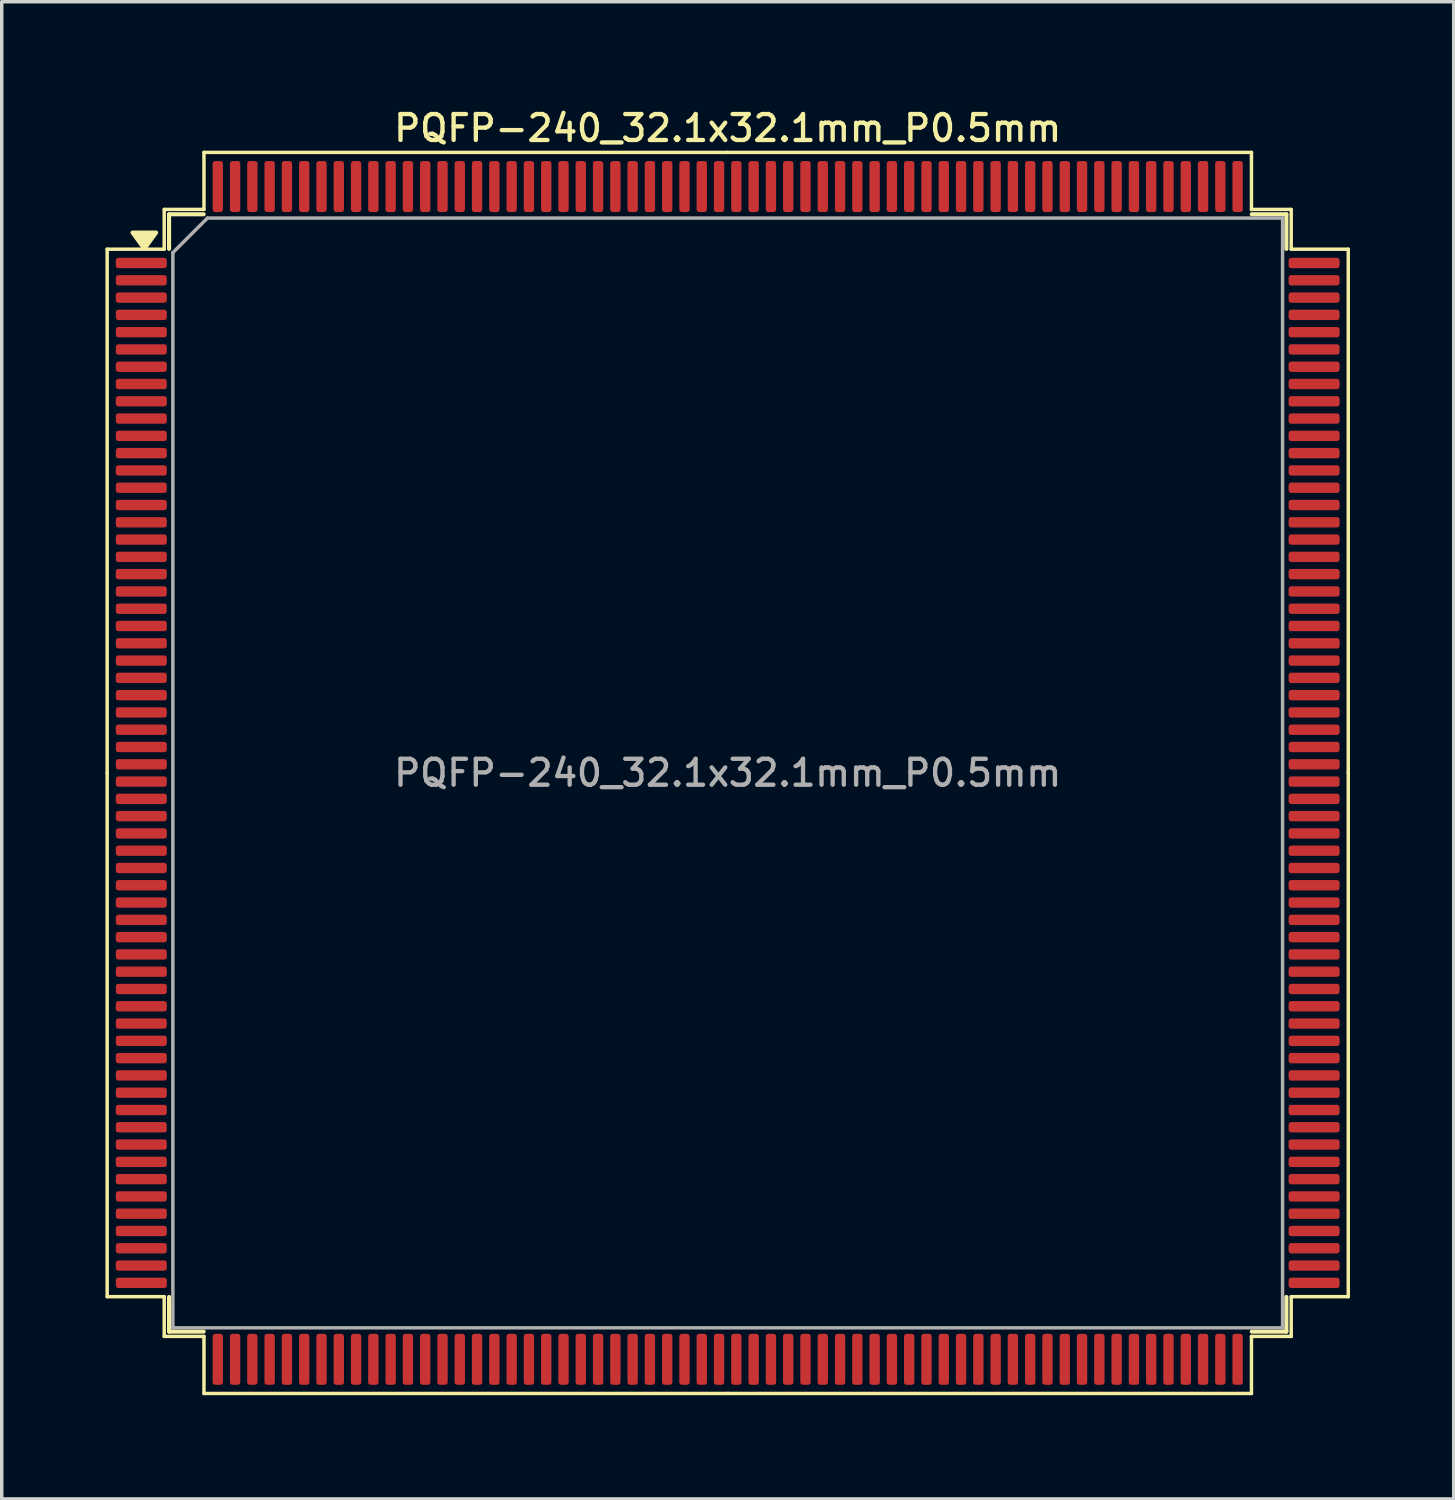
<source format=kicad_pcb>
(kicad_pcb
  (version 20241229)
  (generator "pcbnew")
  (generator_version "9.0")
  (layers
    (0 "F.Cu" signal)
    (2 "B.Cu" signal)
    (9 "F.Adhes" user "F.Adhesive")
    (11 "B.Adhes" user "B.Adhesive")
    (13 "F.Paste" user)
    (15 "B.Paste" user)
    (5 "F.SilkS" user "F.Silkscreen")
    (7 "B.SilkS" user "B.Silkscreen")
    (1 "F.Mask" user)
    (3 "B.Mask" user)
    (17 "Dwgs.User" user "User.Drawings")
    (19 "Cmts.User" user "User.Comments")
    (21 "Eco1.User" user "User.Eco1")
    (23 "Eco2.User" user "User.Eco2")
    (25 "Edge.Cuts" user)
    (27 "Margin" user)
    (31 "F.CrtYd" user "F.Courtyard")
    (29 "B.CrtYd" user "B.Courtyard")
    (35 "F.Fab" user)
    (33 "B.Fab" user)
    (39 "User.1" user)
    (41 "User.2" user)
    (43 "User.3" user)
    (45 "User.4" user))
  (footprint "PQFP-240_32.1x32.1mm_P0.5mm"
    (layer "F.Cu")
    (at 18 19.308)
    (property "Reference" "PQFP-240_32.1x32.1mm_P0.5mm" (at 0 -18.65 0) (layer "F.SilkS") (effects (font (size 0.75 0.75) (thickness 0.125))))
    (attr smd)
    (fp_line (start -17.95 -15.15) (end -17.95 0) (stroke (width 0.1) (type solid)) (layer "F.SilkS"))
    (fp_line (start -17.95 15.15) (end -17.95 0) (stroke (width 0.1) (type solid)) (layer "F.SilkS"))
    (fp_line (start -16.3 -16.3) (end -16.3 -15.15) (stroke (width 0.1) (type solid)) (layer "F.SilkS"))
    (fp_line (start -16.3 -15.15) (end -17.95 -15.15) (stroke (width 0.1) (type solid)) (layer "F.SilkS"))
    (fp_line (start -16.3 15.15) (end -17.95 15.15) (stroke (width 0.1) (type solid)) (layer "F.SilkS"))
    (fp_line (start -16.3 16.3) (end -16.3 15.15) (stroke (width 0.1) (type solid)) (layer "F.SilkS"))
    (fp_line (start -16.16 -16.16) (end -16.16 -15.16) (stroke (width 0.12) (type solid)) (layer "F.SilkS"))
    (fp_line (start -16.16 16.16) (end -16.16 15.16) (stroke (width 0.12) (type solid)) (layer "F.SilkS"))
    (fp_line (start -15.16 -16.16) (end -16.16 -16.16) (stroke (width 0.12) (type solid)) (layer "F.SilkS"))
    (fp_line (start -15.16 16.16) (end -16.16 16.16) (stroke (width 0.12) (type solid)) (layer "F.SilkS"))
    (fp_line (start -15.15 -17.95) (end -15.15 -16.3) (stroke (width 0.1) (type solid)) (layer "F.SilkS"))
    (fp_line (start -15.15 -16.3) (end -16.3 -16.3) (stroke (width 0.1) (type solid)) (layer "F.SilkS"))
    (fp_line (start -15.15 16.3) (end -16.3 16.3) (stroke (width 0.1) (type solid)) (layer "F.SilkS"))
    (fp_line (start -15.15 17.95) (end -15.15 16.3) (stroke (width 0.1) (type solid)) (layer "F.SilkS"))
    (fp_line (start 0 -17.95) (end -15.15 -17.95) (stroke (width 0.1) (type solid)) (layer "F.SilkS"))
    (fp_line (start 0 -17.95) (end 15.15 -17.95) (stroke (width 0.1) (type solid)) (layer "F.SilkS"))
    (fp_line (start 0 17.95) (end -15.15 17.95) (stroke (width 0.1) (type solid)) (layer "F.SilkS"))
    (fp_line (start 0 17.95) (end 15.15 17.95) (stroke (width 0.1) (type solid)) (layer "F.SilkS"))
    (fp_line (start 15.15 -17.95) (end 15.15 -16.3) (stroke (width 0.1) (type solid)) (layer "F.SilkS"))
    (fp_line (start 15.15 -16.3) (end 16.3 -16.3) (stroke (width 0.1) (type solid)) (layer "F.SilkS"))
    (fp_line (start 15.15 16.3) (end 16.3 16.3) (stroke (width 0.1) (type solid)) (layer "F.SilkS"))
    (fp_line (start 15.15 17.95) (end 15.15 16.3) (stroke (width 0.1) (type solid)) (layer "F.SilkS"))
    (fp_line (start 15.16 -16.16) (end 16.16 -16.16) (stroke (width 0.12) (type solid)) (layer "F.SilkS"))
    (fp_line (start 15.16 16.16) (end 16.16 16.16) (stroke (width 0.12) (type solid)) (layer "F.SilkS"))
    (fp_line (start 16.16 -16.16) (end 16.16 -15.16) (stroke (width 0.12) (type solid)) (layer "F.SilkS"))
    (fp_line (start 16.16 16.16) (end 16.16 15.16) (stroke (width 0.12) (type solid)) (layer "F.SilkS"))
    (fp_line (start 16.3 -16.3) (end 16.3 -15.15) (stroke (width 0.1) (type solid)) (layer "F.SilkS"))
    (fp_line (start 16.3 -15.15) (end 17.95 -15.15) (stroke (width 0.1) (type solid)) (layer "F.SilkS"))
    (fp_line (start 16.3 15.15) (end 17.95 15.15) (stroke (width 0.1) (type solid)) (layer "F.SilkS"))
    (fp_line (start 16.3 16.3) (end 16.3 15.15) (stroke (width 0.1) (type solid)) (layer "F.SilkS"))
    (fp_line (start 17.95 -15.15) (end 17.95 0) (stroke (width 0.1) (type solid)) (layer "F.SilkS"))
    (fp_line (start 17.95 15.15) (end 17.95 0) (stroke (width 0.1) (type solid)) (layer "F.SilkS"))
    (fp_poly (pts (xy -16.875 -15.16) (xy -17.215 -15.63) (xy -16.535 -15.63) (xy -16.875 -15.16)) (stroke (width 0.12) (type solid)) (fill yes) (layer "F.SilkS"))
    (fp_line (start -16.05 -15.05) (end -15.05 -16.05) (stroke (width 0.1) (type solid)) (layer "F.Fab"))
    (fp_line (start -16.05 16.05) (end -16.05 -15.05) (stroke (width 0.1) (type solid)) (layer "F.Fab"))
    (fp_line (start -15.05 -16.05) (end 16.05 -16.05) (stroke (width 0.1) (type solid)) (layer "F.Fab"))
    (fp_line (start 16.05 -16.05) (end 16.05 16.05) (stroke (width 0.1) (type solid)) (layer "F.Fab"))
    (fp_line (start 16.05 16.05) (end -16.05 16.05) (stroke (width 0.1) (type solid)) (layer "F.Fab"))
    (fp_text user "${REFERENCE}" (at 0 0 0) (layer "F.Fab") (effects (font (size 0.75 0.75) (thickness 0.125))))
    (pad "1" smd roundrect (at -16.962 -14.75) (size 1.475 0.3) (layers "F.Cu" "F.Mask" "F.Paste") (roundrect_rratio 0.25))
    (pad "2" smd roundrect (at -16.962 -14.25) (size 1.475 0.3) (layers "F.Cu" "F.Mask" "F.Paste") (roundrect_rratio 0.25))
    (pad "3" smd roundrect (at -16.962 -13.75) (size 1.475 0.3) (layers "F.Cu" "F.Mask" "F.Paste") (roundrect_rratio 0.25))
    (pad "4" smd roundrect (at -16.962 -13.25) (size 1.475 0.3) (layers "F.Cu" "F.Mask" "F.Paste") (roundrect_rratio 0.25))
    (pad "5" smd roundrect (at -16.962 -12.75) (size 1.475 0.3) (layers "F.Cu" "F.Mask" "F.Paste") (roundrect_rratio 0.25))
    (pad "6" smd roundrect (at -16.962 -12.25) (size 1.475 0.3) (layers "F.Cu" "F.Mask" "F.Paste") (roundrect_rratio 0.25))
    (pad "7" smd roundrect (at -16.962 -11.75) (size 1.475 0.3) (layers "F.Cu" "F.Mask" "F.Paste") (roundrect_rratio 0.25))
    (pad "8" smd roundrect (at -16.962 -11.25) (size 1.475 0.3) (layers "F.Cu" "F.Mask" "F.Paste") (roundrect_rratio 0.25))
    (pad "9" smd roundrect (at -16.962 -10.75) (size 1.475 0.3) (layers "F.Cu" "F.Mask" "F.Paste") (roundrect_rratio 0.25))
    (pad "10" smd roundrect (at -16.962 -10.25) (size 1.475 0.3) (layers "F.Cu" "F.Mask" "F.Paste") (roundrect_rratio 0.25))
    (pad "11" smd roundrect (at -16.962 -9.75) (size 1.475 0.3) (layers "F.Cu" "F.Mask" "F.Paste") (roundrect_rratio 0.25))
    (pad "12" smd roundrect (at -16.962 -9.25) (size 1.475 0.3) (layers "F.Cu" "F.Mask" "F.Paste") (roundrect_rratio 0.25))
    (pad "13" smd roundrect (at -16.962 -8.75) (size 1.475 0.3) (layers "F.Cu" "F.Mask" "F.Paste") (roundrect_rratio 0.25))
    (pad "14" smd roundrect (at -16.962 -8.25) (size 1.475 0.3) (layers "F.Cu" "F.Mask" "F.Paste") (roundrect_rratio 0.25))
    (pad "15" smd roundrect (at -16.962 -7.75) (size 1.475 0.3) (layers "F.Cu" "F.Mask" "F.Paste") (roundrect_rratio 0.25))
    (pad "16" smd roundrect (at -16.962 -7.25) (size 1.475 0.3) (layers "F.Cu" "F.Mask" "F.Paste") (roundrect_rratio 0.25))
    (pad "17" smd roundrect (at -16.962 -6.75) (size 1.475 0.3) (layers "F.Cu" "F.Mask" "F.Paste") (roundrect_rratio 0.25))
    (pad "18" smd roundrect (at -16.962 -6.25) (size 1.475 0.3) (layers "F.Cu" "F.Mask" "F.Paste") (roundrect_rratio 0.25))
    (pad "19" smd roundrect (at -16.962 -5.75) (size 1.475 0.3) (layers "F.Cu" "F.Mask" "F.Paste") (roundrect_rratio 0.25))
    (pad "20" smd roundrect (at -16.962 -5.25) (size 1.475 0.3) (layers "F.Cu" "F.Mask" "F.Paste") (roundrect_rratio 0.25))
    (pad "21" smd roundrect (at -16.962 -4.75) (size 1.475 0.3) (layers "F.Cu" "F.Mask" "F.Paste") (roundrect_rratio 0.25))
    (pad "22" smd roundrect (at -16.962 -4.25) (size 1.475 0.3) (layers "F.Cu" "F.Mask" "F.Paste") (roundrect_rratio 0.25))
    (pad "23" smd roundrect (at -16.962 -3.75) (size 1.475 0.3) (layers "F.Cu" "F.Mask" "F.Paste") (roundrect_rratio 0.25))
    (pad "24" smd roundrect (at -16.962 -3.25) (size 1.475 0.3) (layers "F.Cu" "F.Mask" "F.Paste") (roundrect_rratio 0.25))
    (pad "25" smd roundrect (at -16.962 -2.75) (size 1.475 0.3) (layers "F.Cu" "F.Mask" "F.Paste") (roundrect_rratio 0.25))
    (pad "26" smd roundrect (at -16.962 -2.25) (size 1.475 0.3) (layers "F.Cu" "F.Mask" "F.Paste") (roundrect_rratio 0.25))
    (pad "27" smd roundrect (at -16.962 -1.75) (size 1.475 0.3) (layers "F.Cu" "F.Mask" "F.Paste") (roundrect_rratio 0.25))
    (pad "28" smd roundrect (at -16.962 -1.25) (size 1.475 0.3) (layers "F.Cu" "F.Mask" "F.Paste") (roundrect_rratio 0.25))
    (pad "29" smd roundrect (at -16.962 -0.75) (size 1.475 0.3) (layers "F.Cu" "F.Mask" "F.Paste") (roundrect_rratio 0.25))
    (pad "30" smd roundrect (at -16.962 -0.25) (size 1.475 0.3) (layers "F.Cu" "F.Mask" "F.Paste") (roundrect_rratio 0.25))
    (pad "31" smd roundrect (at -16.962 0.25) (size 1.475 0.3) (layers "F.Cu" "F.Mask" "F.Paste") (roundrect_rratio 0.25))
    (pad "32" smd roundrect (at -16.962 0.75) (size 1.475 0.3) (layers "F.Cu" "F.Mask" "F.Paste") (roundrect_rratio 0.25))
    (pad "33" smd roundrect (at -16.962 1.25) (size 1.475 0.3) (layers "F.Cu" "F.Mask" "F.Paste") (roundrect_rratio 0.25))
    (pad "34" smd roundrect (at -16.962 1.75) (size 1.475 0.3) (layers "F.Cu" "F.Mask" "F.Paste") (roundrect_rratio 0.25))
    (pad "35" smd roundrect (at -16.962 2.25) (size 1.475 0.3) (layers "F.Cu" "F.Mask" "F.Paste") (roundrect_rratio 0.25))
    (pad "36" smd roundrect (at -16.962 2.75) (size 1.475 0.3) (layers "F.Cu" "F.Mask" "F.Paste") (roundrect_rratio 0.25))
    (pad "37" smd roundrect (at -16.962 3.25) (size 1.475 0.3) (layers "F.Cu" "F.Mask" "F.Paste") (roundrect_rratio 0.25))
    (pad "38" smd roundrect (at -16.962 3.75) (size 1.475 0.3) (layers "F.Cu" "F.Mask" "F.Paste") (roundrect_rratio 0.25))
    (pad "39" smd roundrect (at -16.962 4.25) (size 1.475 0.3) (layers "F.Cu" "F.Mask" "F.Paste") (roundrect_rratio 0.25))
    (pad "40" smd roundrect (at -16.962 4.75) (size 1.475 0.3) (layers "F.Cu" "F.Mask" "F.Paste") (roundrect_rratio 0.25))
    (pad "41" smd roundrect (at -16.962 5.25) (size 1.475 0.3) (layers "F.Cu" "F.Mask" "F.Paste") (roundrect_rratio 0.25))
    (pad "42" smd roundrect (at -16.962 5.75) (size 1.475 0.3) (layers "F.Cu" "F.Mask" "F.Paste") (roundrect_rratio 0.25))
    (pad "43" smd roundrect (at -16.962 6.25) (size 1.475 0.3) (layers "F.Cu" "F.Mask" "F.Paste") (roundrect_rratio 0.25))
    (pad "44" smd roundrect (at -16.962 6.75) (size 1.475 0.3) (layers "F.Cu" "F.Mask" "F.Paste") (roundrect_rratio 0.25))
    (pad "45" smd roundrect (at -16.962 7.25) (size 1.475 0.3) (layers "F.Cu" "F.Mask" "F.Paste") (roundrect_rratio 0.25))
    (pad "46" smd roundrect (at -16.962 7.75) (size 1.475 0.3) (layers "F.Cu" "F.Mask" "F.Paste") (roundrect_rratio 0.25))
    (pad "47" smd roundrect (at -16.962 8.25) (size 1.475 0.3) (layers "F.Cu" "F.Mask" "F.Paste") (roundrect_rratio 0.25))
    (pad "48" smd roundrect (at -16.962 8.75) (size 1.475 0.3) (layers "F.Cu" "F.Mask" "F.Paste") (roundrect_rratio 0.25))
    (pad "49" smd roundrect (at -16.962 9.25) (size 1.475 0.3) (layers "F.Cu" "F.Mask" "F.Paste") (roundrect_rratio 0.25))
    (pad "50" smd roundrect (at -16.962 9.75) (size 1.475 0.3) (layers "F.Cu" "F.Mask" "F.Paste") (roundrect_rratio 0.25))
    (pad "51" smd roundrect (at -16.962 10.25) (size 1.475 0.3) (layers "F.Cu" "F.Mask" "F.Paste") (roundrect_rratio 0.25))
    (pad "52" smd roundrect (at -16.962 10.75) (size 1.475 0.3) (layers "F.Cu" "F.Mask" "F.Paste") (roundrect_rratio 0.25))
    (pad "53" smd roundrect (at -16.962 11.25) (size 1.475 0.3) (layers "F.Cu" "F.Mask" "F.Paste") (roundrect_rratio 0.25))
    (pad "54" smd roundrect (at -16.962 11.75) (size 1.475 0.3) (layers "F.Cu" "F.Mask" "F.Paste") (roundrect_rratio 0.25))
    (pad "55" smd roundrect (at -16.962 12.25) (size 1.475 0.3) (layers "F.Cu" "F.Mask" "F.Paste") (roundrect_rratio 0.25))
    (pad "56" smd roundrect (at -16.962 12.75) (size 1.475 0.3) (layers "F.Cu" "F.Mask" "F.Paste") (roundrect_rratio 0.25))
    (pad "57" smd roundrect (at -16.962 13.25) (size 1.475 0.3) (layers "F.Cu" "F.Mask" "F.Paste") (roundrect_rratio 0.25))
    (pad "58" smd roundrect (at -16.962 13.75) (size 1.475 0.3) (layers "F.Cu" "F.Mask" "F.Paste") (roundrect_rratio 0.25))
    (pad "59" smd roundrect (at -16.962 14.25) (size 1.475 0.3) (layers "F.Cu" "F.Mask" "F.Paste") (roundrect_rratio 0.25))
    (pad "60" smd roundrect (at -16.962 14.75) (size 1.475 0.3) (layers "F.Cu" "F.Mask" "F.Paste") (roundrect_rratio 0.25))
    (pad "61" smd roundrect (at -14.75 16.962) (size 0.3 1.475) (layers "F.Cu" "F.Mask" "F.Paste") (roundrect_rratio 0.25))
    (pad "62" smd roundrect (at -14.25 16.962) (size 0.3 1.475) (layers "F.Cu" "F.Mask" "F.Paste") (roundrect_rratio 0.25))
    (pad "63" smd roundrect (at -13.75 16.962) (size 0.3 1.475) (layers "F.Cu" "F.Mask" "F.Paste") (roundrect_rratio 0.25))
    (pad "64" smd roundrect (at -13.25 16.962) (size 0.3 1.475) (layers "F.Cu" "F.Mask" "F.Paste") (roundrect_rratio 0.25))
    (pad "65" smd roundrect (at -12.75 16.962) (size 0.3 1.475) (layers "F.Cu" "F.Mask" "F.Paste") (roundrect_rratio 0.25))
    (pad "66" smd roundrect (at -12.25 16.962) (size 0.3 1.475) (layers "F.Cu" "F.Mask" "F.Paste") (roundrect_rratio 0.25))
    (pad "67" smd roundrect (at -11.75 16.962) (size 0.3 1.475) (layers "F.Cu" "F.Mask" "F.Paste") (roundrect_rratio 0.25))
    (pad "68" smd roundrect (at -11.25 16.962) (size 0.3 1.475) (layers "F.Cu" "F.Mask" "F.Paste") (roundrect_rratio 0.25))
    (pad "69" smd roundrect (at -10.75 16.962) (size 0.3 1.475) (layers "F.Cu" "F.Mask" "F.Paste") (roundrect_rratio 0.25))
    (pad "70" smd roundrect (at -10.25 16.962) (size 0.3 1.475) (layers "F.Cu" "F.Mask" "F.Paste") (roundrect_rratio 0.25))
    (pad "71" smd roundrect (at -9.75 16.962) (size 0.3 1.475) (layers "F.Cu" "F.Mask" "F.Paste") (roundrect_rratio 0.25))
    (pad "72" smd roundrect (at -9.25 16.962) (size 0.3 1.475) (layers "F.Cu" "F.Mask" "F.Paste") (roundrect_rratio 0.25))
    (pad "73" smd roundrect (at -8.75 16.962) (size 0.3 1.475) (layers "F.Cu" "F.Mask" "F.Paste") (roundrect_rratio 0.25))
    (pad "74" smd roundrect (at -8.25 16.962) (size 0.3 1.475) (layers "F.Cu" "F.Mask" "F.Paste") (roundrect_rratio 0.25))
    (pad "75" smd roundrect (at -7.75 16.962) (size 0.3 1.475) (layers "F.Cu" "F.Mask" "F.Paste") (roundrect_rratio 0.25))
    (pad "76" smd roundrect (at -7.25 16.962) (size 0.3 1.475) (layers "F.Cu" "F.Mask" "F.Paste") (roundrect_rratio 0.25))
    (pad "77" smd roundrect (at -6.75 16.962) (size 0.3 1.475) (layers "F.Cu" "F.Mask" "F.Paste") (roundrect_rratio 0.25))
    (pad "78" smd roundrect (at -6.25 16.962) (size 0.3 1.475) (layers "F.Cu" "F.Mask" "F.Paste") (roundrect_rratio 0.25))
    (pad "79" smd roundrect (at -5.75 16.962) (size 0.3 1.475) (layers "F.Cu" "F.Mask" "F.Paste") (roundrect_rratio 0.25))
    (pad "80" smd roundrect (at -5.25 16.962) (size 0.3 1.475) (layers "F.Cu" "F.Mask" "F.Paste") (roundrect_rratio 0.25))
    (pad "81" smd roundrect (at -4.75 16.962) (size 0.3 1.475) (layers "F.Cu" "F.Mask" "F.Paste") (roundrect_rratio 0.25))
    (pad "82" smd roundrect (at -4.25 16.962) (size 0.3 1.475) (layers "F.Cu" "F.Mask" "F.Paste") (roundrect_rratio 0.25))
    (pad "83" smd roundrect (at -3.75 16.962) (size 0.3 1.475) (layers "F.Cu" "F.Mask" "F.Paste") (roundrect_rratio 0.25))
    (pad "84" smd roundrect (at -3.25 16.962) (size 0.3 1.475) (layers "F.Cu" "F.Mask" "F.Paste") (roundrect_rratio 0.25))
    (pad "85" smd roundrect (at -2.75 16.962) (size 0.3 1.475) (layers "F.Cu" "F.Mask" "F.Paste") (roundrect_rratio 0.25))
    (pad "86" smd roundrect (at -2.25 16.962) (size 0.3 1.475) (layers "F.Cu" "F.Mask" "F.Paste") (roundrect_rratio 0.25))
    (pad "87" smd roundrect (at -1.75 16.962) (size 0.3 1.475) (layers "F.Cu" "F.Mask" "F.Paste") (roundrect_rratio 0.25))
    (pad "88" smd roundrect (at -1.25 16.962) (size 0.3 1.475) (layers "F.Cu" "F.Mask" "F.Paste") (roundrect_rratio 0.25))
    (pad "89" smd roundrect (at -0.75 16.962) (size 0.3 1.475) (layers "F.Cu" "F.Mask" "F.Paste") (roundrect_rratio 0.25))
    (pad "90" smd roundrect (at -0.25 16.962) (size 0.3 1.475) (layers "F.Cu" "F.Mask" "F.Paste") (roundrect_rratio 0.25))
    (pad "91" smd roundrect (at 0.25 16.962) (size 0.3 1.475) (layers "F.Cu" "F.Mask" "F.Paste") (roundrect_rratio 0.25))
    (pad "92" smd roundrect (at 0.75 16.962) (size 0.3 1.475) (layers "F.Cu" "F.Mask" "F.Paste") (roundrect_rratio 0.25))
    (pad "93" smd roundrect (at 1.25 16.962) (size 0.3 1.475) (layers "F.Cu" "F.Mask" "F.Paste") (roundrect_rratio 0.25))
    (pad "94" smd roundrect (at 1.75 16.962) (size 0.3 1.475) (layers "F.Cu" "F.Mask" "F.Paste") (roundrect_rratio 0.25))
    (pad "95" smd roundrect (at 2.25 16.962) (size 0.3 1.475) (layers "F.Cu" "F.Mask" "F.Paste") (roundrect_rratio 0.25))
    (pad "96" smd roundrect (at 2.75 16.962) (size 0.3 1.475) (layers "F.Cu" "F.Mask" "F.Paste") (roundrect_rratio 0.25))
    (pad "97" smd roundrect (at 3.25 16.962) (size 0.3 1.475) (layers "F.Cu" "F.Mask" "F.Paste") (roundrect_rratio 0.25))
    (pad "98" smd roundrect (at 3.75 16.962) (size 0.3 1.475) (layers "F.Cu" "F.Mask" "F.Paste") (roundrect_rratio 0.25))
    (pad "99" smd roundrect (at 4.25 16.962) (size 0.3 1.475) (layers "F.Cu" "F.Mask" "F.Paste") (roundrect_rratio 0.25))
    (pad "100" smd roundrect (at 4.75 16.962) (size 0.3 1.475) (layers "F.Cu" "F.Mask" "F.Paste") (roundrect_rratio 0.25))
    (pad "101" smd roundrect (at 5.25 16.962) (size 0.3 1.475) (layers "F.Cu" "F.Mask" "F.Paste") (roundrect_rratio 0.25))
    (pad "102" smd roundrect (at 5.75 16.962) (size 0.3 1.475) (layers "F.Cu" "F.Mask" "F.Paste") (roundrect_rratio 0.25))
    (pad "103" smd roundrect (at 6.25 16.962) (size 0.3 1.475) (layers "F.Cu" "F.Mask" "F.Paste") (roundrect_rratio 0.25))
    (pad "104" smd roundrect (at 6.75 16.962) (size 0.3 1.475) (layers "F.Cu" "F.Mask" "F.Paste") (roundrect_rratio 0.25))
    (pad "105" smd roundrect (at 7.25 16.962) (size 0.3 1.475) (layers "F.Cu" "F.Mask" "F.Paste") (roundrect_rratio 0.25))
    (pad "106" smd roundrect (at 7.75 16.962) (size 0.3 1.475) (layers "F.Cu" "F.Mask" "F.Paste") (roundrect_rratio 0.25))
    (pad "107" smd roundrect (at 8.25 16.962) (size 0.3 1.475) (layers "F.Cu" "F.Mask" "F.Paste") (roundrect_rratio 0.25))
    (pad "108" smd roundrect (at 8.75 16.962) (size 0.3 1.475) (layers "F.Cu" "F.Mask" "F.Paste") (roundrect_rratio 0.25))
    (pad "109" smd roundrect (at 9.25 16.962) (size 0.3 1.475) (layers "F.Cu" "F.Mask" "F.Paste") (roundrect_rratio 0.25))
    (pad "110" smd roundrect (at 9.75 16.962) (size 0.3 1.475) (layers "F.Cu" "F.Mask" "F.Paste") (roundrect_rratio 0.25))
    (pad "111" smd roundrect (at 10.25 16.962) (size 0.3 1.475) (layers "F.Cu" "F.Mask" "F.Paste") (roundrect_rratio 0.25))
    (pad "112" smd roundrect (at 10.75 16.962) (size 0.3 1.475) (layers "F.Cu" "F.Mask" "F.Paste") (roundrect_rratio 0.25))
    (pad "113" smd roundrect (at 11.25 16.962) (size 0.3 1.475) (layers "F.Cu" "F.Mask" "F.Paste") (roundrect_rratio 0.25))
    (pad "114" smd roundrect (at 11.75 16.962) (size 0.3 1.475) (layers "F.Cu" "F.Mask" "F.Paste") (roundrect_rratio 0.25))
    (pad "115" smd roundrect (at 12.25 16.962) (size 0.3 1.475) (layers "F.Cu" "F.Mask" "F.Paste") (roundrect_rratio 0.25))
    (pad "116" smd roundrect (at 12.75 16.962) (size 0.3 1.475) (layers "F.Cu" "F.Mask" "F.Paste") (roundrect_rratio 0.25))
    (pad "117" smd roundrect (at 13.25 16.962) (size 0.3 1.475) (layers "F.Cu" "F.Mask" "F.Paste") (roundrect_rratio 0.25))
    (pad "118" smd roundrect (at 13.75 16.962) (size 0.3 1.475) (layers "F.Cu" "F.Mask" "F.Paste") (roundrect_rratio 0.25))
    (pad "119" smd roundrect (at 14.25 16.962) (size 0.3 1.475) (layers "F.Cu" "F.Mask" "F.Paste") (roundrect_rratio 0.25))
    (pad "120" smd roundrect (at 14.75 16.962) (size 0.3 1.475) (layers "F.Cu" "F.Mask" "F.Paste") (roundrect_rratio 0.25))
    (pad "121" smd roundrect (at 16.962 14.75) (size 1.475 0.3) (layers "F.Cu" "F.Mask" "F.Paste") (roundrect_rratio 0.25))
    (pad "122" smd roundrect (at 16.962 14.25) (size 1.475 0.3) (layers "F.Cu" "F.Mask" "F.Paste") (roundrect_rratio 0.25))
    (pad "123" smd roundrect (at 16.962 13.75) (size 1.475 0.3) (layers "F.Cu" "F.Mask" "F.Paste") (roundrect_rratio 0.25))
    (pad "124" smd roundrect (at 16.962 13.25) (size 1.475 0.3) (layers "F.Cu" "F.Mask" "F.Paste") (roundrect_rratio 0.25))
    (pad "125" smd roundrect (at 16.962 12.75) (size 1.475 0.3) (layers "F.Cu" "F.Mask" "F.Paste") (roundrect_rratio 0.25))
    (pad "126" smd roundrect (at 16.962 12.25) (size 1.475 0.3) (layers "F.Cu" "F.Mask" "F.Paste") (roundrect_rratio 0.25))
    (pad "127" smd roundrect (at 16.962 11.75) (size 1.475 0.3) (layers "F.Cu" "F.Mask" "F.Paste") (roundrect_rratio 0.25))
    (pad "128" smd roundrect (at 16.962 11.25) (size 1.475 0.3) (layers "F.Cu" "F.Mask" "F.Paste") (roundrect_rratio 0.25))
    (pad "129" smd roundrect (at 16.962 10.75) (size 1.475 0.3) (layers "F.Cu" "F.Mask" "F.Paste") (roundrect_rratio 0.25))
    (pad "130" smd roundrect (at 16.962 10.25) (size 1.475 0.3) (layers "F.Cu" "F.Mask" "F.Paste") (roundrect_rratio 0.25))
    (pad "131" smd roundrect (at 16.962 9.75) (size 1.475 0.3) (layers "F.Cu" "F.Mask" "F.Paste") (roundrect_rratio 0.25))
    (pad "132" smd roundrect (at 16.962 9.25) (size 1.475 0.3) (layers "F.Cu" "F.Mask" "F.Paste") (roundrect_rratio 0.25))
    (pad "133" smd roundrect (at 16.962 8.75) (size 1.475 0.3) (layers "F.Cu" "F.Mask" "F.Paste") (roundrect_rratio 0.25))
    (pad "134" smd roundrect (at 16.962 8.25) (size 1.475 0.3) (layers "F.Cu" "F.Mask" "F.Paste") (roundrect_rratio 0.25))
    (pad "135" smd roundrect (at 16.962 7.75) (size 1.475 0.3) (layers "F.Cu" "F.Mask" "F.Paste") (roundrect_rratio 0.25))
    (pad "136" smd roundrect (at 16.962 7.25) (size 1.475 0.3) (layers "F.Cu" "F.Mask" "F.Paste") (roundrect_rratio 0.25))
    (pad "137" smd roundrect (at 16.962 6.75) (size 1.475 0.3) (layers "F.Cu" "F.Mask" "F.Paste") (roundrect_rratio 0.25))
    (pad "138" smd roundrect (at 16.962 6.25) (size 1.475 0.3) (layers "F.Cu" "F.Mask" "F.Paste") (roundrect_rratio 0.25))
    (pad "139" smd roundrect (at 16.962 5.75) (size 1.475 0.3) (layers "F.Cu" "F.Mask" "F.Paste") (roundrect_rratio 0.25))
    (pad "140" smd roundrect (at 16.962 5.25) (size 1.475 0.3) (layers "F.Cu" "F.Mask" "F.Paste") (roundrect_rratio 0.25))
    (pad "141" smd roundrect (at 16.962 4.75) (size 1.475 0.3) (layers "F.Cu" "F.Mask" "F.Paste") (roundrect_rratio 0.25))
    (pad "142" smd roundrect (at 16.962 4.25) (size 1.475 0.3) (layers "F.Cu" "F.Mask" "F.Paste") (roundrect_rratio 0.25))
    (pad "143" smd roundrect (at 16.962 3.75) (size 1.475 0.3) (layers "F.Cu" "F.Mask" "F.Paste") (roundrect_rratio 0.25))
    (pad "144" smd roundrect (at 16.962 3.25) (size 1.475 0.3) (layers "F.Cu" "F.Mask" "F.Paste") (roundrect_rratio 0.25))
    (pad "145" smd roundrect (at 16.962 2.75) (size 1.475 0.3) (layers "F.Cu" "F.Mask" "F.Paste") (roundrect_rratio 0.25))
    (pad "146" smd roundrect (at 16.962 2.25) (size 1.475 0.3) (layers "F.Cu" "F.Mask" "F.Paste") (roundrect_rratio 0.25))
    (pad "147" smd roundrect (at 16.962 1.75) (size 1.475 0.3) (layers "F.Cu" "F.Mask" "F.Paste") (roundrect_rratio 0.25))
    (pad "148" smd roundrect (at 16.962 1.25) (size 1.475 0.3) (layers "F.Cu" "F.Mask" "F.Paste") (roundrect_rratio 0.25))
    (pad "149" smd roundrect (at 16.962 0.75) (size 1.475 0.3) (layers "F.Cu" "F.Mask" "F.Paste") (roundrect_rratio 0.25))
    (pad "150" smd roundrect (at 16.962 0.25) (size 1.475 0.3) (layers "F.Cu" "F.Mask" "F.Paste") (roundrect_rratio 0.25))
    (pad "151" smd roundrect (at 16.962 -0.25) (size 1.475 0.3) (layers "F.Cu" "F.Mask" "F.Paste") (roundrect_rratio 0.25))
    (pad "152" smd roundrect (at 16.962 -0.75) (size 1.475 0.3) (layers "F.Cu" "F.Mask" "F.Paste") (roundrect_rratio 0.25))
    (pad "153" smd roundrect (at 16.962 -1.25) (size 1.475 0.3) (layers "F.Cu" "F.Mask" "F.Paste") (roundrect_rratio 0.25))
    (pad "154" smd roundrect (at 16.962 -1.75) (size 1.475 0.3) (layers "F.Cu" "F.Mask" "F.Paste") (roundrect_rratio 0.25))
    (pad "155" smd roundrect (at 16.962 -2.25) (size 1.475 0.3) (layers "F.Cu" "F.Mask" "F.Paste") (roundrect_rratio 0.25))
    (pad "156" smd roundrect (at 16.962 -2.75) (size 1.475 0.3) (layers "F.Cu" "F.Mask" "F.Paste") (roundrect_rratio 0.25))
    (pad "157" smd roundrect (at 16.962 -3.25) (size 1.475 0.3) (layers "F.Cu" "F.Mask" "F.Paste") (roundrect_rratio 0.25))
    (pad "158" smd roundrect (at 16.962 -3.75) (size 1.475 0.3) (layers "F.Cu" "F.Mask" "F.Paste") (roundrect_rratio 0.25))
    (pad "159" smd roundrect (at 16.962 -4.25) (size 1.475 0.3) (layers "F.Cu" "F.Mask" "F.Paste") (roundrect_rratio 0.25))
    (pad "160" smd roundrect (at 16.962 -4.75) (size 1.475 0.3) (layers "F.Cu" "F.Mask" "F.Paste") (roundrect_rratio 0.25))
    (pad "161" smd roundrect (at 16.962 -5.25) (size 1.475 0.3) (layers "F.Cu" "F.Mask" "F.Paste") (roundrect_rratio 0.25))
    (pad "162" smd roundrect (at 16.962 -5.75) (size 1.475 0.3) (layers "F.Cu" "F.Mask" "F.Paste") (roundrect_rratio 0.25))
    (pad "163" smd roundrect (at 16.962 -6.25) (size 1.475 0.3) (layers "F.Cu" "F.Mask" "F.Paste") (roundrect_rratio 0.25))
    (pad "164" smd roundrect (at 16.962 -6.75) (size 1.475 0.3) (layers "F.Cu" "F.Mask" "F.Paste") (roundrect_rratio 0.25))
    (pad "165" smd roundrect (at 16.962 -7.25) (size 1.475 0.3) (layers "F.Cu" "F.Mask" "F.Paste") (roundrect_rratio 0.25))
    (pad "166" smd roundrect (at 16.962 -7.75) (size 1.475 0.3) (layers "F.Cu" "F.Mask" "F.Paste") (roundrect_rratio 0.25))
    (pad "167" smd roundrect (at 16.962 -8.25) (size 1.475 0.3) (layers "F.Cu" "F.Mask" "F.Paste") (roundrect_rratio 0.25))
    (pad "168" smd roundrect (at 16.962 -8.75) (size 1.475 0.3) (layers "F.Cu" "F.Mask" "F.Paste") (roundrect_rratio 0.25))
    (pad "169" smd roundrect (at 16.962 -9.25) (size 1.475 0.3) (layers "F.Cu" "F.Mask" "F.Paste") (roundrect_rratio 0.25))
    (pad "170" smd roundrect (at 16.962 -9.75) (size 1.475 0.3) (layers "F.Cu" "F.Mask" "F.Paste") (roundrect_rratio 0.25))
    (pad "171" smd roundrect (at 16.962 -10.25) (size 1.475 0.3) (layers "F.Cu" "F.Mask" "F.Paste") (roundrect_rratio 0.25))
    (pad "172" smd roundrect (at 16.962 -10.75) (size 1.475 0.3) (layers "F.Cu" "F.Mask" "F.Paste") (roundrect_rratio 0.25))
    (pad "173" smd roundrect (at 16.962 -11.25) (size 1.475 0.3) (layers "F.Cu" "F.Mask" "F.Paste") (roundrect_rratio 0.25))
    (pad "174" smd roundrect (at 16.962 -11.75) (size 1.475 0.3) (layers "F.Cu" "F.Mask" "F.Paste") (roundrect_rratio 0.25))
    (pad "175" smd roundrect (at 16.962 -12.25) (size 1.475 0.3) (layers "F.Cu" "F.Mask" "F.Paste") (roundrect_rratio 0.25))
    (pad "176" smd roundrect (at 16.962 -12.75) (size 1.475 0.3) (layers "F.Cu" "F.Mask" "F.Paste") (roundrect_rratio 0.25))
    (pad "177" smd roundrect (at 16.962 -13.25) (size 1.475 0.3) (layers "F.Cu" "F.Mask" "F.Paste") (roundrect_rratio 0.25))
    (pad "178" smd roundrect (at 16.962 -13.75) (size 1.475 0.3) (layers "F.Cu" "F.Mask" "F.Paste") (roundrect_rratio 0.25))
    (pad "179" smd roundrect (at 16.962 -14.25) (size 1.475 0.3) (layers "F.Cu" "F.Mask" "F.Paste") (roundrect_rratio 0.25))
    (pad "180" smd roundrect (at 16.962 -14.75) (size 1.475 0.3) (layers "F.Cu" "F.Mask" "F.Paste") (roundrect_rratio 0.25))
    (pad "181" smd roundrect (at 14.75 -16.962) (size 0.3 1.475) (layers "F.Cu" "F.Mask" "F.Paste") (roundrect_rratio 0.25))
    (pad "182" smd roundrect (at 14.25 -16.962) (size 0.3 1.475) (layers "F.Cu" "F.Mask" "F.Paste") (roundrect_rratio 0.25))
    (pad "183" smd roundrect (at 13.75 -16.962) (size 0.3 1.475) (layers "F.Cu" "F.Mask" "F.Paste") (roundrect_rratio 0.25))
    (pad "184" smd roundrect (at 13.25 -16.962) (size 0.3 1.475) (layers "F.Cu" "F.Mask" "F.Paste") (roundrect_rratio 0.25))
    (pad "185" smd roundrect (at 12.75 -16.962) (size 0.3 1.475) (layers "F.Cu" "F.Mask" "F.Paste") (roundrect_rratio 0.25))
    (pad "186" smd roundrect (at 12.25 -16.962) (size 0.3 1.475) (layers "F.Cu" "F.Mask" "F.Paste") (roundrect_rratio 0.25))
    (pad "187" smd roundrect (at 11.75 -16.962) (size 0.3 1.475) (layers "F.Cu" "F.Mask" "F.Paste") (roundrect_rratio 0.25))
    (pad "188" smd roundrect (at 11.25 -16.962) (size 0.3 1.475) (layers "F.Cu" "F.Mask" "F.Paste") (roundrect_rratio 0.25))
    (pad "189" smd roundrect (at 10.75 -16.962) (size 0.3 1.475) (layers "F.Cu" "F.Mask" "F.Paste") (roundrect_rratio 0.25))
    (pad "190" smd roundrect (at 10.25 -16.962) (size 0.3 1.475) (layers "F.Cu" "F.Mask" "F.Paste") (roundrect_rratio 0.25))
    (pad "191" smd roundrect (at 9.75 -16.962) (size 0.3 1.475) (layers "F.Cu" "F.Mask" "F.Paste") (roundrect_rratio 0.25))
    (pad "192" smd roundrect (at 9.25 -16.962) (size 0.3 1.475) (layers "F.Cu" "F.Mask" "F.Paste") (roundrect_rratio 0.25))
    (pad "193" smd roundrect (at 8.75 -16.962) (size 0.3 1.475) (layers "F.Cu" "F.Mask" "F.Paste") (roundrect_rratio 0.25))
    (pad "194" smd roundrect (at 8.25 -16.962) (size 0.3 1.475) (layers "F.Cu" "F.Mask" "F.Paste") (roundrect_rratio 0.25))
    (pad "195" smd roundrect (at 7.75 -16.962) (size 0.3 1.475) (layers "F.Cu" "F.Mask" "F.Paste") (roundrect_rratio 0.25))
    (pad "196" smd roundrect (at 7.25 -16.962) (size 0.3 1.475) (layers "F.Cu" "F.Mask" "F.Paste") (roundrect_rratio 0.25))
    (pad "197" smd roundrect (at 6.75 -16.962) (size 0.3 1.475) (layers "F.Cu" "F.Mask" "F.Paste") (roundrect_rratio 0.25))
    (pad "198" smd roundrect (at 6.25 -16.962) (size 0.3 1.475) (layers "F.Cu" "F.Mask" "F.Paste") (roundrect_rratio 0.25))
    (pad "199" smd roundrect (at 5.75 -16.962) (size 0.3 1.475) (layers "F.Cu" "F.Mask" "F.Paste") (roundrect_rratio 0.25))
    (pad "200" smd roundrect (at 5.25 -16.962) (size 0.3 1.475) (layers "F.Cu" "F.Mask" "F.Paste") (roundrect_rratio 0.25))
    (pad "201" smd roundrect (at 4.75 -16.962) (size 0.3 1.475) (layers "F.Cu" "F.Mask" "F.Paste") (roundrect_rratio 0.25))
    (pad "202" smd roundrect (at 4.25 -16.962) (size 0.3 1.475) (layers "F.Cu" "F.Mask" "F.Paste") (roundrect_rratio 0.25))
    (pad "203" smd roundrect (at 3.75 -16.962) (size 0.3 1.475) (layers "F.Cu" "F.Mask" "F.Paste") (roundrect_rratio 0.25))
    (pad "204" smd roundrect (at 3.25 -16.962) (size 0.3 1.475) (layers "F.Cu" "F.Mask" "F.Paste") (roundrect_rratio 0.25))
    (pad "205" smd roundrect (at 2.75 -16.962) (size 0.3 1.475) (layers "F.Cu" "F.Mask" "F.Paste") (roundrect_rratio 0.25))
    (pad "206" smd roundrect (at 2.25 -16.962) (size 0.3 1.475) (layers "F.Cu" "F.Mask" "F.Paste") (roundrect_rratio 0.25))
    (pad "207" smd roundrect (at 1.75 -16.962) (size 0.3 1.475) (layers "F.Cu" "F.Mask" "F.Paste") (roundrect_rratio 0.25))
    (pad "208" smd roundrect (at 1.25 -16.962) (size 0.3 1.475) (layers "F.Cu" "F.Mask" "F.Paste") (roundrect_rratio 0.25))
    (pad "209" smd roundrect (at 0.75 -16.962) (size 0.3 1.475) (layers "F.Cu" "F.Mask" "F.Paste") (roundrect_rratio 0.25))
    (pad "210" smd roundrect (at 0.25 -16.962) (size 0.3 1.475) (layers "F.Cu" "F.Mask" "F.Paste") (roundrect_rratio 0.25))
    (pad "211" smd roundrect (at -0.25 -16.962) (size 0.3 1.475) (layers "F.Cu" "F.Mask" "F.Paste") (roundrect_rratio 0.25))
    (pad "212" smd roundrect (at -0.75 -16.962) (size 0.3 1.475) (layers "F.Cu" "F.Mask" "F.Paste") (roundrect_rratio 0.25))
    (pad "213" smd roundrect (at -1.25 -16.962) (size 0.3 1.475) (layers "F.Cu" "F.Mask" "F.Paste") (roundrect_rratio 0.25))
    (pad "214" smd roundrect (at -1.75 -16.962) (size 0.3 1.475) (layers "F.Cu" "F.Mask" "F.Paste") (roundrect_rratio 0.25))
    (pad "215" smd roundrect (at -2.25 -16.962) (size 0.3 1.475) (layers "F.Cu" "F.Mask" "F.Paste") (roundrect_rratio 0.25))
    (pad "216" smd roundrect (at -2.75 -16.962) (size 0.3 1.475) (layers "F.Cu" "F.Mask" "F.Paste") (roundrect_rratio 0.25))
    (pad "217" smd roundrect (at -3.25 -16.962) (size 0.3 1.475) (layers "F.Cu" "F.Mask" "F.Paste") (roundrect_rratio 0.25))
    (pad "218" smd roundrect (at -3.75 -16.962) (size 0.3 1.475) (layers "F.Cu" "F.Mask" "F.Paste") (roundrect_rratio 0.25))
    (pad "219" smd roundrect (at -4.25 -16.962) (size 0.3 1.475) (layers "F.Cu" "F.Mask" "F.Paste") (roundrect_rratio 0.25))
    (pad "220" smd roundrect (at -4.75 -16.962) (size 0.3 1.475) (layers "F.Cu" "F.Mask" "F.Paste") (roundrect_rratio 0.25))
    (pad "221" smd roundrect (at -5.25 -16.962) (size 0.3 1.475) (layers "F.Cu" "F.Mask" "F.Paste") (roundrect_rratio 0.25))
    (pad "222" smd roundrect (at -5.75 -16.962) (size 0.3 1.475) (layers "F.Cu" "F.Mask" "F.Paste") (roundrect_rratio 0.25))
    (pad "223" smd roundrect (at -6.25 -16.962) (size 0.3 1.475) (layers "F.Cu" "F.Mask" "F.Paste") (roundrect_rratio 0.25))
    (pad "224" smd roundrect (at -6.75 -16.962) (size 0.3 1.475) (layers "F.Cu" "F.Mask" "F.Paste") (roundrect_rratio 0.25))
    (pad "225" smd roundrect (at -7.25 -16.962) (size 0.3 1.475) (layers "F.Cu" "F.Mask" "F.Paste") (roundrect_rratio 0.25))
    (pad "226" smd roundrect (at -7.75 -16.962) (size 0.3 1.475) (layers "F.Cu" "F.Mask" "F.Paste") (roundrect_rratio 0.25))
    (pad "227" smd roundrect (at -8.25 -16.962) (size 0.3 1.475) (layers "F.Cu" "F.Mask" "F.Paste") (roundrect_rratio 0.25))
    (pad "228" smd roundrect (at -8.75 -16.962) (size 0.3 1.475) (layers "F.Cu" "F.Mask" "F.Paste") (roundrect_rratio 0.25))
    (pad "229" smd roundrect (at -9.25 -16.962) (size 0.3 1.475) (layers "F.Cu" "F.Mask" "F.Paste") (roundrect_rratio 0.25))
    (pad "230" smd roundrect (at -9.75 -16.962) (size 0.3 1.475) (layers "F.Cu" "F.Mask" "F.Paste") (roundrect_rratio 0.25))
    (pad "231" smd roundrect (at -10.25 -16.962) (size 0.3 1.475) (layers "F.Cu" "F.Mask" "F.Paste") (roundrect_rratio 0.25))
    (pad "232" smd roundrect (at -10.75 -16.962) (size 0.3 1.475) (layers "F.Cu" "F.Mask" "F.Paste") (roundrect_rratio 0.25))
    (pad "233" smd roundrect (at -11.25 -16.962) (size 0.3 1.475) (layers "F.Cu" "F.Mask" "F.Paste") (roundrect_rratio 0.25))
    (pad "234" smd roundrect (at -11.75 -16.962) (size 0.3 1.475) (layers "F.Cu" "F.Mask" "F.Paste") (roundrect_rratio 0.25))
    (pad "235" smd roundrect (at -12.25 -16.962) (size 0.3 1.475) (layers "F.Cu" "F.Mask" "F.Paste") (roundrect_rratio 0.25))
    (pad "236" smd roundrect (at -12.75 -16.962) (size 0.3 1.475) (layers "F.Cu" "F.Mask" "F.Paste") (roundrect_rratio 0.25))
    (pad "237" smd roundrect (at -13.25 -16.962) (size 0.3 1.475) (layers "F.Cu" "F.Mask" "F.Paste") (roundrect_rratio 0.25))
    (pad "238" smd roundrect (at -13.75 -16.962) (size 0.3 1.475) (layers "F.Cu" "F.Mask" "F.Paste") (roundrect_rratio 0.25))
    (pad "239" smd roundrect (at -14.25 -16.962) (size 0.3 1.475) (layers "F.Cu" "F.Mask" "F.Paste") (roundrect_rratio 0.25))
    (pad "240" smd roundrect (at -14.75 -16.962) (size 0.3 1.475) (layers "F.Cu" "F.Mask" "F.Paste") (roundrect_rratio 0.25)))
  (gr_rect
    (start -3 -3)
    (end 39 40.308)
    (stroke (width 0.1) (type default))
    (fill no)
    (layer "Edge.Cuts")))
</source>
